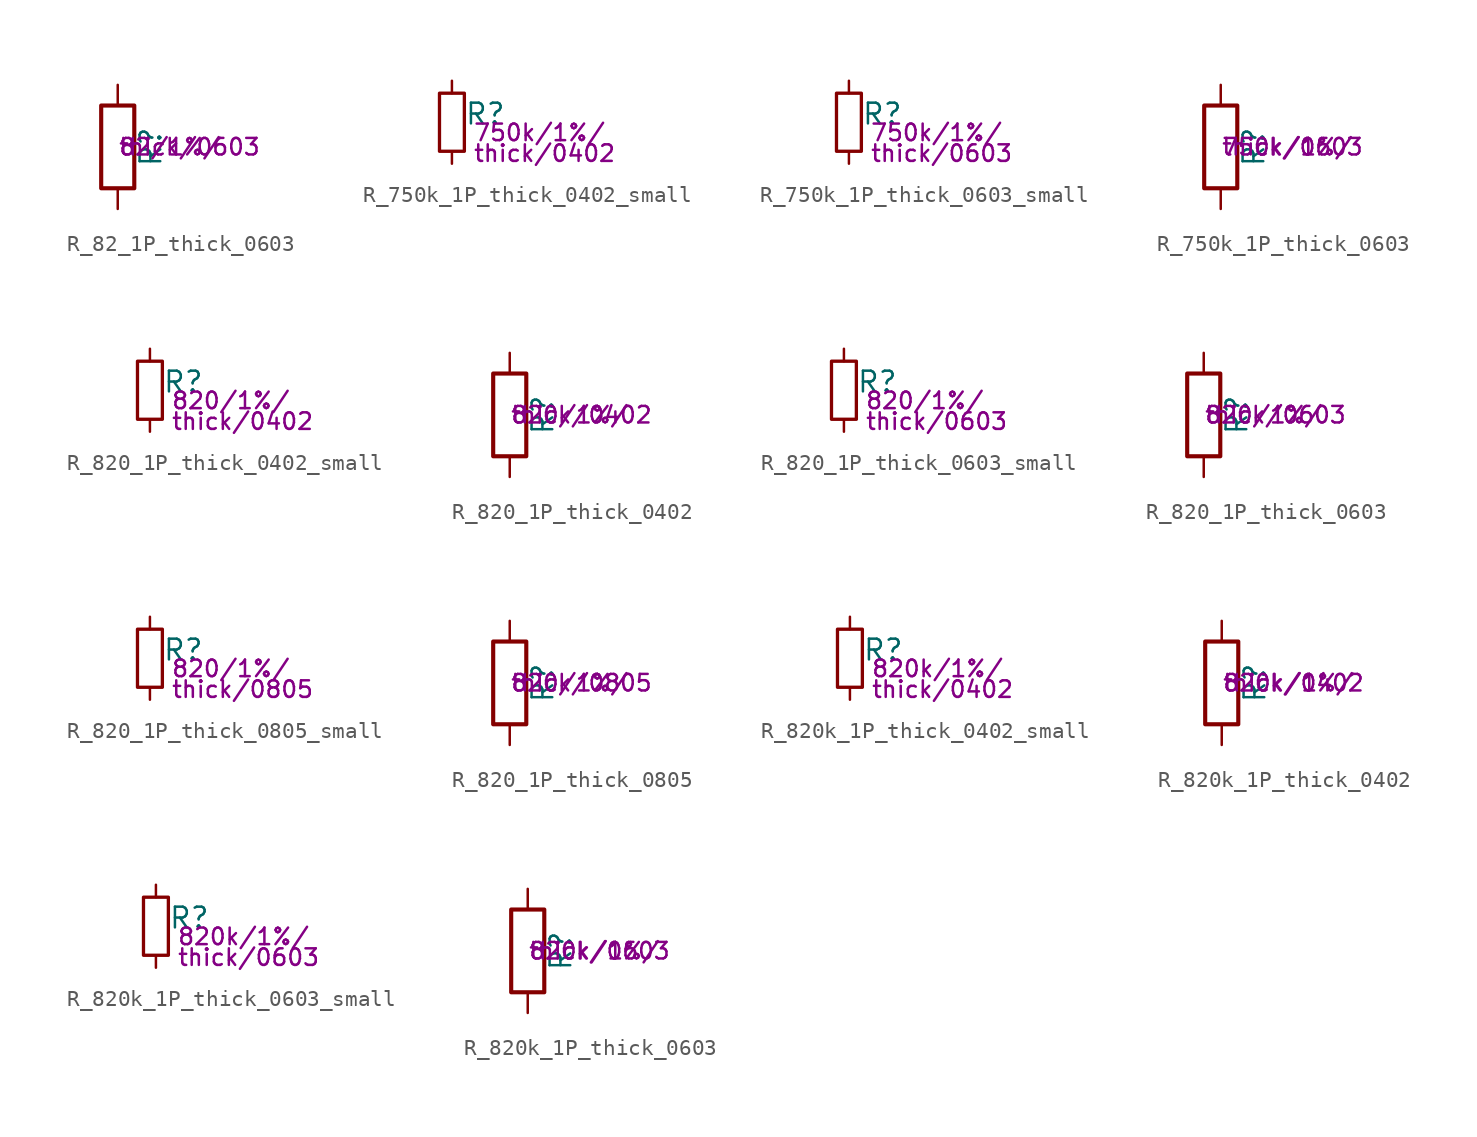
<source format=kicad_sym>
(kicad_symbol_lib
  (version 20211014)
  (generator kicad_symbol_editor)
  (symbol "R_82_1P_thick_0603"
    (pin_numbers hide)
    (pin_names
      (offset 0))
    (property "Reference" "R"
      (at 2.032 0 90)
      (effects (font (size 1.27 1.27))))
    (property "Params" "82/1%/"
      (at 0 0 0)
      (effects (font (size 1.016 1.016)) (justify left)))
    (property "Params2" "thick/0603"
      (at 0 0 0)
      (effects (font (size 1.016 1.016)) (justify left)))
    (symbol "R_82_1P_thick_0603_0_1"
      (rectangle (start -1.016 -2.54) (end 1.016 2.54) (stroke (width 0.254) (type default) (color 0 0 0 0)) (fill (type none))))
    (symbol "R_82_1P_thick_0603_1_1"
      (pin passive line (at 0 3.81 270) (length 1.27) (name "~" (effects (font (size 1.27 1.27)))) (number "1" (effects (font (size 1.27 1.27)))))
      (pin passive line (at 0 -3.81 90) (length 1.27) (name "~" (effects (font (size 1.27 1.27)))) (number "2" (effects (font (size 1.27 1.27)))))))
  (symbol "R_750k_1P_thick_0402_small"
    (pin_numbers hide)
    (pin_names
      (offset 0.254) hide)
    (property "Reference" "R"
      (at 0.762 0.508 0)
      (effects (font (size 1.27 1.27)) (justify left)))
    (property "Params" "750k/1%/"
      (at 1.27 -0.635 0)
      (effects (font (size 1.016 1.016)) (justify left)))
    (property "Params2" "thick/0402"
      (at 1.27 -1.905 0)
      (effects (font (size 1.016 1.016)) (justify left)))
    (symbol "R_750k_1P_thick_0402_small_0_1"
      (rectangle (start -0.762 1.778) (end 0.762 -1.778) (stroke (width 0.203) (type default) (color 0 0 0 0)) (fill (type none))))
    (symbol "R_750k_1P_thick_0402_small_1_1"
      (pin passive line (at 0 2.54 270) (length 0.762) (name "~" (effects (font (size 1.27 1.27)))) (number "1" (effects (font (size 1.27 1.27)))))
      (pin passive line (at 0 -2.54 90) (length 0.762) (name "~" (effects (font (size 1.27 1.27)))) (number "2" (effects (font (size 1.27 1.27)))))))
  (symbol "R_750k_1P_thick_0603_small"
    (pin_numbers hide)
    (pin_names
      (offset 0.254) hide)
    (property "Reference" "R"
      (at 0.762 0.508 0)
      (effects (font (size 1.27 1.27)) (justify left)))
    (property "Params" "750k/1%/"
      (at 1.27 -0.635 0)
      (effects (font (size 1.016 1.016)) (justify left)))
    (property "Params2" "thick/0603"
      (at 1.27 -1.905 0)
      (effects (font (size 1.016 1.016)) (justify left)))
    (symbol "R_750k_1P_thick_0603_small_0_1"
      (rectangle (start -0.762 1.778) (end 0.762 -1.778) (stroke (width 0.203) (type default) (color 0 0 0 0)) (fill (type none))))
    (symbol "R_750k_1P_thick_0603_small_1_1"
      (pin passive line (at 0 2.54 270) (length 0.762) (name "~" (effects (font (size 1.27 1.27)))) (number "1" (effects (font (size 1.27 1.27)))))
      (pin passive line (at 0 -2.54 90) (length 0.762) (name "~" (effects (font (size 1.27 1.27)))) (number "2" (effects (font (size 1.27 1.27)))))))
  (symbol "R_750k_1P_thick_0603"
    (pin_numbers hide)
    (pin_names
      (offset 0))
    (property "Reference" "R"
      (at 2.032 0 90)
      (effects (font (size 1.27 1.27))))
    (property "Params" "750k/1%/"
      (at 0 0 0)
      (effects (font (size 1.016 1.016)) (justify left)))
    (property "Params2" "thick/0603"
      (at 0 0 0)
      (effects (font (size 1.016 1.016)) (justify left)))
    (symbol "R_750k_1P_thick_0603_0_1"
      (rectangle (start -1.016 -2.54) (end 1.016 2.54) (stroke (width 0.254) (type default) (color 0 0 0 0)) (fill (type none))))
    (symbol "R_750k_1P_thick_0603_1_1"
      (pin passive line (at 0 3.81 270) (length 1.27) (name "~" (effects (font (size 1.27 1.27)))) (number "1" (effects (font (size 1.27 1.27)))))
      (pin passive line (at 0 -3.81 90) (length 1.27) (name "~" (effects (font (size 1.27 1.27)))) (number "2" (effects (font (size 1.27 1.27)))))))
  (symbol "R_820_1P_thick_0402_small"
    (pin_numbers hide)
    (pin_names
      (offset 0.254) hide)
    (property "Reference" "R"
      (at 0.762 0.508 0)
      (effects (font (size 1.27 1.27)) (justify left)))
    (property "Params" "820/1%/"
      (at 1.27 -0.635 0)
      (effects (font (size 1.016 1.016)) (justify left)))
    (property "Params2" "thick/0402"
      (at 1.27 -1.905 0)
      (effects (font (size 1.016 1.016)) (justify left)))
    (symbol "R_820_1P_thick_0402_small_0_1"
      (rectangle (start -0.762 1.778) (end 0.762 -1.778) (stroke (width 0.203) (type default) (color 0 0 0 0)) (fill (type none))))
    (symbol "R_820_1P_thick_0402_small_1_1"
      (pin passive line (at 0 2.54 270) (length 0.762) (name "~" (effects (font (size 1.27 1.27)))) (number "1" (effects (font (size 1.27 1.27)))))
      (pin passive line (at 0 -2.54 90) (length 0.762) (name "~" (effects (font (size 1.27 1.27)))) (number "2" (effects (font (size 1.27 1.27)))))))
  (symbol "R_820_1P_thick_0402"
    (pin_numbers hide)
    (pin_names
      (offset 0))
    (property "Reference" "R"
      (at 2.032 0 90)
      (effects (font (size 1.27 1.27))))
    (property "Params" "820/1%/"
      (at 0 0 0)
      (effects (font (size 1.016 1.016)) (justify left)))
    (property "Params2" "thick/0402"
      (at 0 0 0)
      (effects (font (size 1.016 1.016)) (justify left)))
    (symbol "R_820_1P_thick_0402_0_1"
      (rectangle (start -1.016 -2.54) (end 1.016 2.54) (stroke (width 0.254) (type default) (color 0 0 0 0)) (fill (type none))))
    (symbol "R_820_1P_thick_0402_1_1"
      (pin passive line (at 0 3.81 270) (length 1.27) (name "~" (effects (font (size 1.27 1.27)))) (number "1" (effects (font (size 1.27 1.27)))))
      (pin passive line (at 0 -3.81 90) (length 1.27) (name "~" (effects (font (size 1.27 1.27)))) (number "2" (effects (font (size 1.27 1.27)))))))
  (symbol "R_820_1P_thick_0603_small"
    (pin_numbers hide)
    (pin_names
      (offset 0.254) hide)
    (property "Reference" "R"
      (at 0.762 0.508 0)
      (effects (font (size 1.27 1.27)) (justify left)))
    (property "Params" "820/1%/"
      (at 1.27 -0.635 0)
      (effects (font (size 1.016 1.016)) (justify left)))
    (property "Params2" "thick/0603"
      (at 1.27 -1.905 0)
      (effects (font (size 1.016 1.016)) (justify left)))
    (symbol "R_820_1P_thick_0603_small_0_1"
      (rectangle (start -0.762 1.778) (end 0.762 -1.778) (stroke (width 0.203) (type default) (color 0 0 0 0)) (fill (type none))))
    (symbol "R_820_1P_thick_0603_small_1_1"
      (pin passive line (at 0 2.54 270) (length 0.762) (name "~" (effects (font (size 1.27 1.27)))) (number "1" (effects (font (size 1.27 1.27)))))
      (pin passive line (at 0 -2.54 90) (length 0.762) (name "~" (effects (font (size 1.27 1.27)))) (number "2" (effects (font (size 1.27 1.27)))))))
  (symbol "R_820_1P_thick_0603"
    (pin_numbers hide)
    (pin_names
      (offset 0))
    (property "Reference" "R"
      (at 2.032 0 90)
      (effects (font (size 1.27 1.27))))
    (property "Params" "820/1%/"
      (at 0 0 0)
      (effects (font (size 1.016 1.016)) (justify left)))
    (property "Params2" "thick/0603"
      (at 0 0 0)
      (effects (font (size 1.016 1.016)) (justify left)))
    (symbol "R_820_1P_thick_0603_0_1"
      (rectangle (start -1.016 -2.54) (end 1.016 2.54) (stroke (width 0.254) (type default) (color 0 0 0 0)) (fill (type none))))
    (symbol "R_820_1P_thick_0603_1_1"
      (pin passive line (at 0 3.81 270) (length 1.27) (name "~" (effects (font (size 1.27 1.27)))) (number "1" (effects (font (size 1.27 1.27)))))
      (pin passive line (at 0 -3.81 90) (length 1.27) (name "~" (effects (font (size 1.27 1.27)))) (number "2" (effects (font (size 1.27 1.27)))))))
  (symbol "R_820_1P_thick_0805_small"
    (pin_numbers hide)
    (pin_names
      (offset 0.254) hide)
    (property "Reference" "R"
      (at 0.762 0.508 0)
      (effects (font (size 1.27 1.27)) (justify left)))
    (property "Params" "820/1%/"
      (at 1.27 -0.635 0)
      (effects (font (size 1.016 1.016)) (justify left)))
    (property "Params2" "thick/0805"
      (at 1.27 -1.905 0)
      (effects (font (size 1.016 1.016)) (justify left)))
    (symbol "R_820_1P_thick_0805_small_0_1"
      (rectangle (start -0.762 1.778) (end 0.762 -1.778) (stroke (width 0.203) (type default) (color 0 0 0 0)) (fill (type none))))
    (symbol "R_820_1P_thick_0805_small_1_1"
      (pin passive line (at 0 2.54 270) (length 0.762) (name "~" (effects (font (size 1.27 1.27)))) (number "1" (effects (font (size 1.27 1.27)))))
      (pin passive line (at 0 -2.54 90) (length 0.762) (name "~" (effects (font (size 1.27 1.27)))) (number "2" (effects (font (size 1.27 1.27)))))))
  (symbol "R_820_1P_thick_0805"
    (pin_numbers hide)
    (pin_names
      (offset 0))
    (property "Reference" "R"
      (at 2.032 0 90)
      (effects (font (size 1.27 1.27))))
    (property "Params" "820/1%/"
      (at 0 0 0)
      (effects (font (size 1.016 1.016)) (justify left)))
    (property "Params2" "thick/0805"
      (at 0 0 0)
      (effects (font (size 1.016 1.016)) (justify left)))
    (symbol "R_820_1P_thick_0805_0_1"
      (rectangle (start -1.016 -2.54) (end 1.016 2.54) (stroke (width 0.254) (type default) (color 0 0 0 0)) (fill (type none))))
    (symbol "R_820_1P_thick_0805_1_1"
      (pin passive line (at 0 3.81 270) (length 1.27) (name "~" (effects (font (size 1.27 1.27)))) (number "1" (effects (font (size 1.27 1.27)))))
      (pin passive line (at 0 -3.81 90) (length 1.27) (name "~" (effects (font (size 1.27 1.27)))) (number "2" (effects (font (size 1.27 1.27)))))))
  (symbol "R_820k_1P_thick_0402_small"
    (pin_numbers hide)
    (pin_names
      (offset 0.254) hide)
    (property "Reference" "R"
      (at 0.762 0.508 0)
      (effects (font (size 1.27 1.27)) (justify left)))
    (property "Params" "820k/1%/"
      (at 1.27 -0.635 0)
      (effects (font (size 1.016 1.016)) (justify left)))
    (property "Params2" "thick/0402"
      (at 1.27 -1.905 0)
      (effects (font (size 1.016 1.016)) (justify left)))
    (symbol "R_820k_1P_thick_0402_small_0_1"
      (rectangle (start -0.762 1.778) (end 0.762 -1.778) (stroke (width 0.203) (type default) (color 0 0 0 0)) (fill (type none))))
    (symbol "R_820k_1P_thick_0402_small_1_1"
      (pin passive line (at 0 2.54 270) (length 0.762) (name "~" (effects (font (size 1.27 1.27)))) (number "1" (effects (font (size 1.27 1.27)))))
      (pin passive line (at 0 -2.54 90) (length 0.762) (name "~" (effects (font (size 1.27 1.27)))) (number "2" (effects (font (size 1.27 1.27)))))))
  (symbol "R_820k_1P_thick_0402"
    (pin_numbers hide)
    (pin_names
      (offset 0))
    (property "Reference" "R"
      (at 2.032 0 90)
      (effects (font (size 1.27 1.27))))
    (property "Params" "820k/1%/"
      (at 0 0 0)
      (effects (font (size 1.016 1.016)) (justify left)))
    (property "Params2" "thick/0402"
      (at 0 0 0)
      (effects (font (size 1.016 1.016)) (justify left)))
    (symbol "R_820k_1P_thick_0402_0_1"
      (rectangle (start -1.016 -2.54) (end 1.016 2.54) (stroke (width 0.254) (type default) (color 0 0 0 0)) (fill (type none))))
    (symbol "R_820k_1P_thick_0402_1_1"
      (pin passive line (at 0 3.81 270) (length 1.27) (name "~" (effects (font (size 1.27 1.27)))) (number "1" (effects (font (size 1.27 1.27)))))
      (pin passive line (at 0 -3.81 90) (length 1.27) (name "~" (effects (font (size 1.27 1.27)))) (number "2" (effects (font (size 1.27 1.27)))))))
  (symbol "R_820k_1P_thick_0603_small"
    (pin_numbers hide)
    (pin_names
      (offset 0.254) hide)
    (property "Reference" "R"
      (at 0.762 0.508 0)
      (effects (font (size 1.27 1.27)) (justify left)))
    (property "Params" "820k/1%/"
      (at 1.27 -0.635 0)
      (effects (font (size 1.016 1.016)) (justify left)))
    (property "Params2" "thick/0603"
      (at 1.27 -1.905 0)
      (effects (font (size 1.016 1.016)) (justify left)))
    (symbol "R_820k_1P_thick_0603_small_0_1"
      (rectangle (start -0.762 1.778) (end 0.762 -1.778) (stroke (width 0.203) (type default) (color 0 0 0 0)) (fill (type none))))
    (symbol "R_820k_1P_thick_0603_small_1_1"
      (pin passive line (at 0 2.54 270) (length 0.762) (name "~" (effects (font (size 1.27 1.27)))) (number "1" (effects (font (size 1.27 1.27)))))
      (pin passive line (at 0 -2.54 90) (length 0.762) (name "~" (effects (font (size 1.27 1.27)))) (number "2" (effects (font (size 1.27 1.27)))))))
  (symbol "R_820k_1P_thick_0603"
    (pin_numbers hide)
    (pin_names
      (offset 0))
    (property "Reference" "R"
      (at 2.032 0 90)
      (effects (font (size 1.27 1.27))))
    (property "Params" "820k/1%/"
      (at 0 0 0)
      (effects (font (size 1.016 1.016)) (justify left)))
    (property "Params2" "thick/0603"
      (at 0 0 0)
      (effects (font (size 1.016 1.016)) (justify left)))
    (symbol "R_820k_1P_thick_0603_0_1"
      (rectangle (start -1.016 -2.54) (end 1.016 2.54) (stroke (width 0.254) (type default) (color 0 0 0 0)) (fill (type none))))
    (symbol "R_820k_1P_thick_0603_1_1"
      (pin passive line (at 0 3.81 270) (length 1.27) (name "~" (effects (font (size 1.27 1.27)))) (number "1" (effects (font (size 1.27 1.27)))))
      (pin passive line (at 0 -3.81 90) (length 1.27) (name "~" (effects (font (size 1.27 1.27)))) (number "2" (effects (font (size 1.27 1.27))))))))
</source>
